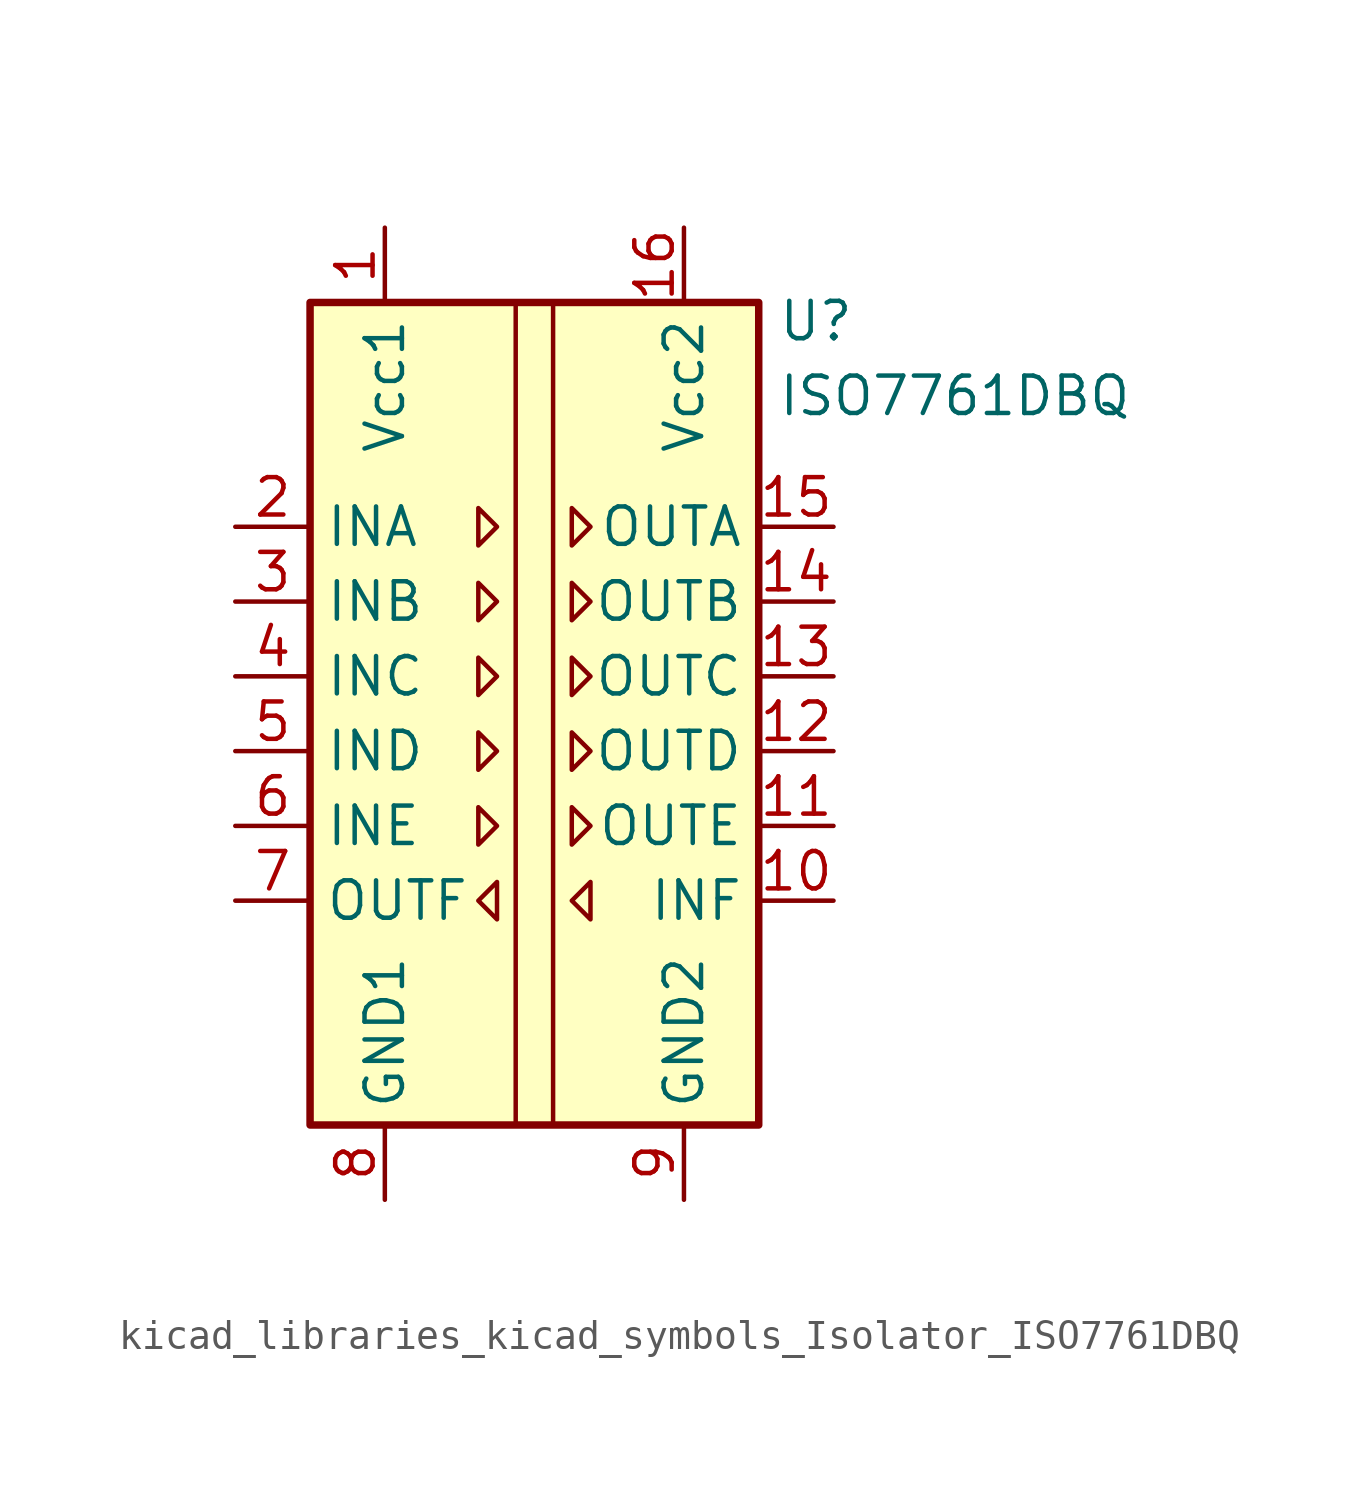
<source format=kicad_sym>
(kicad_symbol_lib
  (version 20220914)
  (generator kicad_symbol_editor)
  (symbol "kicad_libraries_kicad_symbols_Isolator_ISO7761DBQ"
    (property "Reference" "U"
      (at 8.255 14.605 0)
      (effects (font (size 1.27 1.27)) (justify left)))
    (property "Value" "ISO7761DBQ"
      (at 8.255 12.065 0)
      (effects (font (size 1.27 1.27)) (justify left)))
    (symbol "kicad_libraries_kicad_symbols_Isolator_ISO7761DBQ_0_1"
      (rectangle (start -7.62 15.24) (end 7.62 -12.7) (stroke (width 0.254) (type default)) (fill (type background)))
      (polyline (pts (xy -0.635 15.24) (xy -0.635 -12.7)) (stroke (width 0) (type default)) (fill (type none)))
      (polyline (pts (xy 0.635 15.24) (xy 0.635 -12.7)) (stroke (width 0) (type default)) (fill (type none)))
      (polyline (pts (xy -1.905 8.255) (xy -1.27 7.62) (xy -1.905 6.985) (xy -1.905 8.255)) (stroke (width 0) (type default)) (fill (type none)))
      (polyline (pts (xy 1.27 8.255) (xy 1.905 7.62) (xy 1.27 6.985) (xy 1.27 8.255)) (stroke (width 0) (type default)) (fill (type none))))
    (symbol "kicad_libraries_kicad_symbols_Isolator_ISO7761DBQ_1_1"
      (polyline (pts (xy -1.905 -1.905) (xy -1.27 -2.54) (xy -1.905 -3.175) (xy -1.905 -1.905)) (stroke (width 0) (type default)) (fill (type none)))
      (polyline (pts (xy -1.905 0.635) (xy -1.27 0) (xy -1.905 -0.635) (xy -1.905 0.635)) (stroke (width 0) (type default)) (fill (type none)))
      (polyline (pts (xy -1.905 3.175) (xy -1.27 2.54) (xy -1.905 1.905) (xy -1.905 3.175)) (stroke (width 0) (type default)) (fill (type none)))
      (polyline (pts (xy -1.905 5.715) (xy -1.27 5.08) (xy -1.905 4.445) (xy -1.905 5.715)) (stroke (width 0) (type default)) (fill (type none)))
      (polyline (pts (xy -1.27 -4.445) (xy -1.905 -5.08) (xy -1.27 -5.715) (xy -1.27 -4.445)) (stroke (width 0) (type default)) (fill (type none)))
      (polyline (pts (xy 1.27 -1.905) (xy 1.905 -2.54) (xy 1.27 -3.175) (xy 1.27 -1.905)) (stroke (width 0) (type default)) (fill (type none)))
      (polyline (pts (xy 1.27 0.635) (xy 1.905 0) (xy 1.27 -0.635) (xy 1.27 0.635)) (stroke (width 0) (type default)) (fill (type none)))
      (polyline (pts (xy 1.27 3.175) (xy 1.905 2.54) (xy 1.27 1.905) (xy 1.27 3.175)) (stroke (width 0) (type default)) (fill (type none)))
      (polyline (pts (xy 1.27 5.715) (xy 1.905 5.08) (xy 1.27 4.445) (xy 1.27 5.715)) (stroke (width 0) (type default)) (fill (type none)))
      (polyline (pts (xy 1.905 -4.445) (xy 1.27 -5.08) (xy 1.905 -5.715) (xy 1.905 -4.445)) (stroke (width 0) (type default)) (fill (type none)))
      (pin power_in line (at -5.08 17.78 270) (length 2.54) (name "Vcc1" (effects (font (size 1.27 1.27)))) (number "1" (effects (font (size 1.27 1.27)))))
      (pin input line (at 10.16 -5.08 180) (length 2.54) (name "INF" (effects (font (size 1.27 1.27)))) (number "10" (effects (font (size 1.27 1.27)))))
      (pin output line (at 10.16 -2.54 180) (length 2.54) (name "OUTE" (effects (font (size 1.27 1.27)))) (number "11" (effects (font (size 1.27 1.27)))))
      (pin output line (at 10.16 0 180) (length 2.54) (name "OUTD" (effects (font (size 1.27 1.27)))) (number "12" (effects (font (size 1.27 1.27)))))
      (pin output line (at 10.16 2.54 180) (length 2.54) (name "OUTC" (effects (font (size 1.27 1.27)))) (number "13" (effects (font (size 1.27 1.27)))))
      (pin output line (at 10.16 5.08 180) (length 2.54) (name "OUTB" (effects (font (size 1.27 1.27)))) (number "14" (effects (font (size 1.27 1.27)))))
      (pin output line (at 10.16 7.62 180) (length 2.54) (name "OUTA" (effects (font (size 1.27 1.27)))) (number "15" (effects (font (size 1.27 1.27)))))
      (pin power_in line (at 5.08 17.78 270) (length 2.54) (name "Vcc2" (effects (font (size 1.27 1.27)))) (number "16" (effects (font (size 1.27 1.27)))))
      (pin input line (at -10.16 7.62 0) (length 2.54) (name "INA" (effects (font (size 1.27 1.27)))) (number "2" (effects (font (size 1.27 1.27)))))
      (pin input line (at -10.16 5.08 0) (length 2.54) (name "INB" (effects (font (size 1.27 1.27)))) (number "3" (effects (font (size 1.27 1.27)))))
      (pin input line (at -10.16 2.54 0) (length 2.54) (name "INC" (effects (font (size 1.27 1.27)))) (number "4" (effects (font (size 1.27 1.27)))))
      (pin input line (at -10.16 0 0) (length 2.54) (name "IND" (effects (font (size 1.27 1.27)))) (number "5" (effects (font (size 1.27 1.27)))))
      (pin input line (at -10.16 -2.54 0) (length 2.54) (name "INE" (effects (font (size 1.27 1.27)))) (number "6" (effects (font (size 1.27 1.27)))))
      (pin output line (at -10.16 -5.08 0) (length 2.54) (name "OUTF" (effects (font (size 1.27 1.27)))) (number "7" (effects (font (size 1.27 1.27)))))
      (pin power_in line (at -5.08 -15.24 90) (length 2.54) (name "GND1" (effects (font (size 1.27 1.27)))) (number "8" (effects (font (size 1.27 1.27)))))
      (pin power_in line (at 5.08 -15.24 90) (length 2.54) (name "GND2" (effects (font (size 1.27 1.27)))) (number "9" (effects (font (size 1.27 1.27))))))))
</source>
